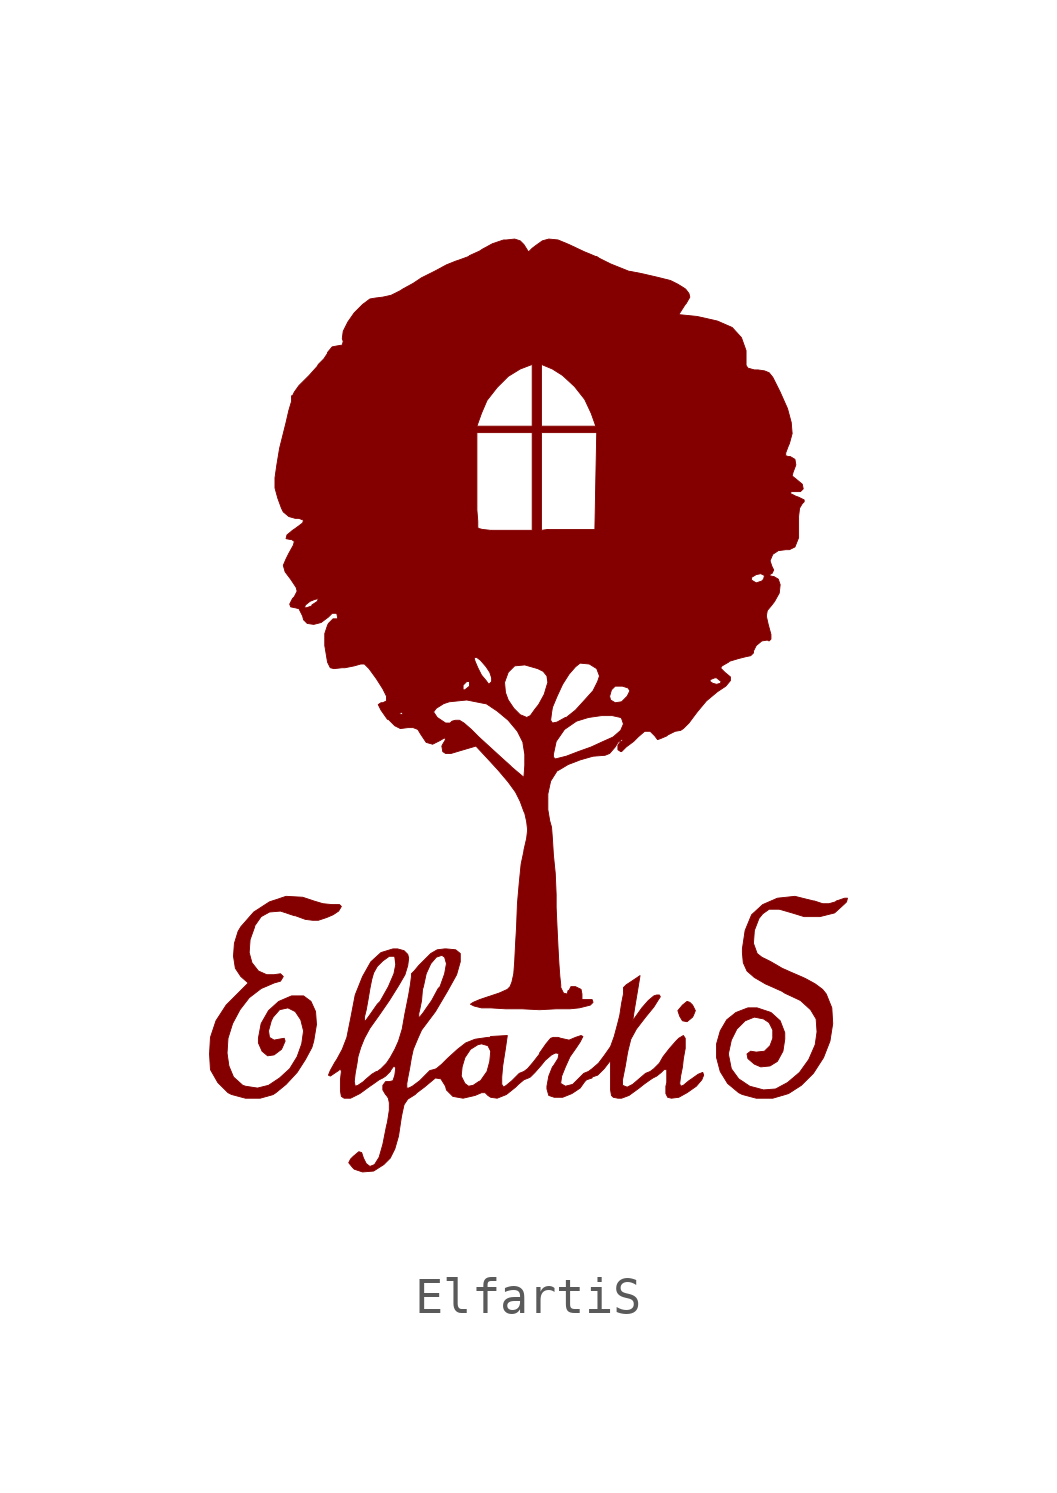
<source format=kicad_sym>
(kicad_symbol_lib
  (version 20220914)
  (generator kicad_symbol_editor)
  (symbol "ElfartiS"
    (pin_names
      (offset 1.016))
    (property "Reference" "Logo"
      (at 0 17.78 0)
      (effects (font (size 1.524 1.524)) hide))
    (property "Footprint" ""
      (at 0 0 0)
      (effects (font (size 1.524 1.524))))
    (property "Datasheet" ""
      (at 0 0 0)
      (effects (font (size 1.524 1.524))))
    (symbol "ElfartiS_0_0"
      (polyline (pts (xy 4.597 -8.407) (xy 4.521 -8.255) (xy 4.445 -8.179) (xy 4.369 -8.153) (xy 4.242 -8.255) (xy 4.115 -8.407) (xy 4.166 -8.56) (xy 4.242 -8.687) (xy 4.369 -8.712) (xy 4.521 -8.585) (xy 4.547 -8.534) (xy 4.597 -8.407) (xy 4.597 -8.407)) (stroke (width 0.025) (type solid)) (fill (type outline)))
      (polyline (pts (xy 8.788 -5.309) (xy 8.712 -5.309) (xy 8.484 -5.385) (xy 8.458 -5.41) (xy 8.28 -5.461) (xy 8.103 -5.461) (xy 7.874 -5.385) (xy 7.849 -5.385) (xy 7.341 -5.258) (xy 6.858 -5.309) (xy 6.452 -5.486) (xy 6.147 -5.766) (xy 5.969 -6.198) (xy 5.893 -6.706) (xy 5.893 -6.807) (xy 5.918 -7.087) (xy 6.02 -7.315) (xy 6.223 -7.493) (xy 6.528 -7.671) (xy 6.985 -7.874) (xy 7.061 -7.925) (xy 7.493 -8.128) (xy 7.772 -8.382) (xy 7.925 -8.636) (xy 7.95 -8.992) (xy 7.899 -9.347) (xy 7.722 -9.754) (xy 7.468 -10.109) (xy 7.137 -10.389) (xy 6.807 -10.566) (xy 6.477 -10.592) (xy 6.096 -10.49) (xy 5.791 -10.287) (xy 5.588 -10.008) (xy 5.512 -9.627) (xy 5.512 -9.576) (xy 5.588 -9.22) (xy 5.74 -8.915) (xy 5.969 -8.687) (xy 6.223 -8.585) (xy 6.477 -8.636) (xy 6.629 -8.738) (xy 6.731 -8.941) (xy 6.731 -9.169) (xy 6.655 -9.373) (xy 6.502 -9.525) (xy 6.274 -9.55) (xy 6.121 -9.525) (xy 6.02 -9.601) (xy 6.045 -9.728) (xy 6.223 -9.881) (xy 6.401 -9.957) (xy 6.655 -9.931) (xy 6.858 -9.804) (xy 7.01 -9.525) (xy 7.061 -9.195) (xy 7.061 -9.017) (xy 6.934 -8.687) (xy 6.68 -8.458) (xy 6.299 -8.331) (xy 6.045 -8.331) (xy 5.715 -8.458) (xy 5.461 -8.661) (xy 5.283 -8.966) (xy 5.182 -9.322) (xy 5.182 -9.703) (xy 5.283 -10.084) (xy 5.486 -10.414) (xy 5.791 -10.668) (xy 5.893 -10.719) (xy 6.274 -10.82) (xy 6.731 -10.82) (xy 7.163 -10.693) (xy 7.518 -10.465) (xy 7.849 -10.135) (xy 8.128 -9.703) (xy 8.306 -9.246) (xy 8.382 -8.763) (xy 8.357 -8.331) (xy 8.204 -7.95) (xy 8.103 -7.823) (xy 7.899 -7.671) (xy 7.62 -7.518) (xy 7.214 -7.341) (xy 6.985 -7.239) (xy 6.68 -7.061) (xy 6.426 -6.934) (xy 6.299 -6.833) (xy 6.198 -6.553) (xy 6.223 -6.198) (xy 6.35 -5.867) (xy 6.452 -5.74) (xy 6.629 -5.613) (xy 6.909 -5.613) (xy 7.264 -5.715) (xy 7.595 -5.817) (xy 8.026 -5.817) (xy 8.433 -5.715) (xy 8.712 -5.461) (xy 8.763 -5.41) (xy 8.788 -5.309) (xy 8.788 -5.309)) (stroke (width 0.025) (type solid)) (fill (type outline)))
      (polyline (pts (xy -5.156 -5.537) (xy -5.207 -5.486) (xy -5.385 -5.486) (xy -5.41 -5.486) (xy -5.664 -5.461) (xy -5.918 -5.385) (xy -6.223 -5.283) (xy -6.68 -5.258) (xy -7.137 -5.41) (xy -7.569 -5.69) (xy -7.925 -6.096) (xy -8.001 -6.223) (xy -8.103 -6.553) (xy -8.128 -6.909) (xy -8.077 -7.239) (xy -7.925 -7.468) (xy -7.722 -7.645) (xy -8.153 -8.077) (xy -8.331 -8.255) (xy -8.611 -8.687) (xy -8.763 -9.144) (xy -8.788 -9.601) (xy -8.763 -10.033) (xy -8.56 -10.389) (xy -8.28 -10.668) (xy -8.179 -10.719) (xy -7.798 -10.82) (xy -7.391 -10.82) (xy -7.036 -10.719) (xy -6.96 -10.668) (xy -6.68 -10.439) (xy -6.375 -10.109) (xy -6.147 -9.754) (xy -5.969 -9.423) (xy -5.918 -9.246) (xy -5.842 -8.788) (xy -5.867 -8.433) (xy -5.994 -8.153) (xy -6.198 -8.001) (xy -6.502 -8.001) (xy -6.528 -8.001) (xy -6.883 -8.153) (xy -7.163 -8.407) (xy -7.366 -8.763) (xy -7.442 -9.169) (xy -7.442 -9.296) (xy -7.341 -9.525) (xy -7.188 -9.652) (xy -7.01 -9.627) (xy -6.807 -9.474) (xy -6.782 -9.423) (xy -6.706 -9.246) (xy -6.731 -9.169) (xy -6.883 -9.195) (xy -7.01 -9.22) (xy -7.137 -9.144) (xy -7.163 -8.966) (xy -7.087 -8.687) (xy -7.036 -8.585) (xy -6.858 -8.382) (xy -6.629 -8.331) (xy -6.426 -8.433) (xy -6.274 -8.661) (xy -6.198 -8.966) (xy -6.248 -9.322) (xy -6.375 -9.677) (xy -6.579 -10.008) (xy -6.858 -10.262) (xy -7.163 -10.465) (xy -7.468 -10.541) (xy -7.798 -10.49) (xy -7.874 -10.465) (xy -8.128 -10.236) (xy -8.255 -9.931) (xy -8.306 -9.576) (xy -8.28 -9.169) (xy -8.153 -8.763) (xy -7.95 -8.382) (xy -7.696 -8.052) (xy -7.366 -7.798) (xy -7.01 -7.645) (xy -6.833 -7.595) (xy -6.756 -7.468) (xy -6.782 -7.442) (xy -6.833 -7.391) (xy -7.01 -7.417) (xy -7.214 -7.417) (xy -7.442 -7.315) (xy -7.62 -7.087) (xy -7.696 -6.807) (xy -7.671 -6.452) (xy -7.544 -6.096) (xy -7.544 -6.071) (xy -7.366 -5.817) (xy -7.137 -5.69) (xy -6.833 -5.664) (xy -6.452 -5.791) (xy -6.426 -5.791) (xy -6.147 -5.893) (xy -5.944 -5.918) (xy -5.791 -5.918) (xy -5.563 -5.842) (xy -5.385 -5.766) (xy -5.232 -5.664) (xy -5.156 -5.537) (xy -5.156 -5.537)) (stroke (width 0.025) (type solid)) (fill (type outline)))
      (polyline (pts (xy 4.826 -10.185) (xy 4.801 -10.109) (xy 4.674 -10.16) (xy 4.496 -10.287) (xy 4.42 -10.338) (xy 4.267 -10.465) (xy 4.191 -10.49) (xy 4.166 -10.414) (xy 4.191 -10.211) (xy 4.242 -9.957) (xy 4.267 -9.728) (xy 4.318 -9.449) (xy 4.318 -9.246) (xy 4.318 -9.169) (xy 4.267 -9.093) (xy 4.14 -9.169) (xy 4.064 -9.246) (xy 3.886 -9.449) (xy 3.708 -9.677) (xy 3.607 -9.855) (xy 3.454 -10.008) (xy 3.353 -10.084) (xy 3.226 -10.135) (xy 3.048 -10.287) (xy 2.87 -10.439) (xy 2.718 -10.516) (xy 2.591 -10.465) (xy 2.591 -10.312) (xy 2.616 -10.185) (xy 2.667 -9.931) (xy 2.718 -9.627) (xy 2.743 -9.5) (xy 2.819 -9.195) (xy 2.972 -8.915) (xy 3.226 -8.585) (xy 3.454 -8.306) (xy 3.581 -8.103) (xy 3.632 -8.026) (xy 3.607 -7.976) (xy 3.531 -7.976) (xy 3.454 -8.001) (xy 3.302 -8.128) (xy 3.124 -8.331) (xy 2.87 -8.687) (xy 2.921 -8.357) (xy 2.972 -8.052) (xy 3.023 -7.747) (xy 3.073 -7.442) (xy 2.845 -7.595) (xy 2.692 -7.696) (xy 2.616 -7.772) (xy 2.616 -7.798) (xy 2.616 -7.95) (xy 2.565 -8.204) (xy 2.515 -8.534) (xy 2.464 -8.738) (xy 2.362 -9.119) (xy 2.261 -9.398) (xy 2.083 -9.652) (xy 1.93 -9.855) (xy 1.753 -10.008) (xy 1.651 -10.084) (xy 1.524 -10.135) (xy 1.372 -10.287) (xy 1.219 -10.439) (xy 1.016 -10.49) (xy 0.889 -10.414) (xy 0.889 -10.389) (xy 0.914 -10.211) (xy 1.016 -9.957) (xy 1.143 -9.677) (xy 1.321 -9.423) (xy 1.422 -9.271) (xy 1.499 -9.119) (xy 1.448 -9.093) (xy 1.295 -9.144) (xy 1.118 -9.22) (xy 0.889 -9.169) (xy 0.813 -9.144) (xy 0.686 -9.144) (xy 0.61 -9.169) (xy 0.483 -9.322) (xy 0.305 -9.576) (xy 0.305 -9.601) (xy 0.127 -9.83) (xy -0.025 -10.008) (xy -0.127 -10.084) (xy -0.254 -10.135) (xy -0.406 -10.287) (xy -0.457 -10.338) (xy -0.61 -10.465) (xy -0.686 -10.516) (xy -0.737 -10.439) (xy -0.737 -10.236) (xy -0.711 -9.931) (xy -0.635 -9.449) (xy -0.584 -9.093) (xy -1.041 -9.119) (xy -1.041 -9.525) (xy -1.067 -9.804) (xy -1.143 -10.084) (xy -1.321 -10.338) (xy -1.372 -10.363) (xy -1.524 -10.465) (xy -1.651 -10.49) (xy -1.753 -10.414) (xy -1.854 -10.211) (xy -1.829 -9.957) (xy -1.753 -9.703) (xy -1.6 -9.474) (xy -1.397 -9.347) (xy -1.295 -9.322) (xy -1.118 -9.373) (xy -1.041 -9.525) (xy -1.041 -9.119) (xy -1.067 -9.144) (xy -1.118 -9.144) (xy -1.473 -9.195) (xy -1.727 -9.296) (xy -1.956 -9.474) (xy -2.235 -9.728) (xy -2.388 -9.881) (xy -2.54 -10.008) (xy -2.616 -10.033) (xy -2.718 -10.058) (xy -2.845 -10.185) (xy -2.997 -10.338) (xy -3.2 -10.49) (xy -3.302 -10.541) (xy -3.353 -10.541) (xy -3.353 -10.414) (xy -3.327 -10.262) (xy -3.277 -10.008) (xy -3.226 -9.703) (xy -3.175 -9.474) (xy -3.048 -9.169) (xy -2.946 -8.941) (xy -2.565 -8.433) (xy -2.235 -7.874) (xy -1.981 -7.417) (xy -1.88 -7.061) (xy -1.88 -6.833) (xy -2.007 -6.731) (xy -2.261 -6.706) (xy -2.261 -7.112) (xy -2.311 -7.391) (xy -2.438 -7.747) (xy -2.489 -7.798) (xy -2.667 -8.128) (xy -2.845 -8.382) (xy -2.896 -8.458) (xy -2.997 -8.585) (xy -3.023 -8.585) (xy -3.023 -8.484) (xy -2.997 -8.382) (xy -2.946 -8.128) (xy -2.921 -7.823) (xy -2.896 -7.747) (xy -2.819 -7.391) (xy -2.692 -7.112) (xy -2.54 -6.934) (xy -2.388 -6.883) (xy -2.311 -6.934) (xy -2.261 -7.112) (xy -2.261 -6.706) (xy -2.311 -6.706) (xy -2.515 -6.731) (xy -2.692 -6.833) (xy -2.896 -7.036) (xy -3.023 -7.163) (xy -3.15 -7.315) (xy -3.226 -7.391) (xy -3.226 -7.468) (xy -3.251 -7.671) (xy -3.302 -7.976) (xy -3.378 -8.357) (xy -3.404 -8.484) (xy -3.48 -8.915) (xy -3.581 -9.246) (xy -3.683 -9.474) (xy -3.81 -9.703) (xy -3.912 -9.855) (xy -4.064 -10.008) (xy -4.166 -10.084) (xy -4.191 -10.084) (xy -4.318 -10.16) (xy -4.496 -10.312) (xy -4.547 -10.363) (xy -4.699 -10.465) (xy -4.775 -10.49) (xy -4.801 -10.363) (xy -4.775 -10.135) (xy -4.724 -9.855) (xy -4.699 -9.677) (xy -4.623 -9.423) (xy -4.521 -9.169) (xy -4.369 -8.89) (xy -4.115 -8.534) (xy -3.835 -8.128) (xy -3.581 -7.722) (xy -3.404 -7.417) (xy -3.327 -7.163) (xy -3.302 -6.96) (xy -3.327 -6.858) (xy -3.429 -6.756) (xy -3.607 -6.706) (xy -3.658 -6.706) (xy -3.658 -7.137) (xy -3.708 -7.391) (xy -3.861 -7.747) (xy -4.089 -8.153) (xy -4.166 -8.23) (xy -4.343 -8.484) (xy -4.47 -8.661) (xy -4.521 -8.712) (xy -4.521 -8.585) (xy -4.47 -8.382) (xy -4.42 -8.103) (xy -4.369 -7.798) (xy -4.318 -7.544) (xy -4.267 -7.366) (xy -4.166 -7.188) (xy -4.013 -7.036) (xy -3.835 -6.909) (xy -3.708 -6.909) (xy -3.683 -6.934) (xy -3.658 -7.137) (xy -3.658 -6.706) (xy -3.734 -6.706) (xy -4.064 -6.807) (xy -4.343 -7.061) (xy -4.572 -7.468) (xy -4.775 -7.976) (xy -4.902 -8.636) (xy -4.928 -8.763) (xy -5.004 -9.144) (xy -5.131 -9.474) (xy -5.283 -9.754) (xy -5.334 -9.83) (xy -5.461 -10.058) (xy -5.512 -10.185) (xy -5.461 -10.211) (xy -5.309 -10.109) (xy -5.232 -10.058) (xy -5.182 -10.008) (xy -5.156 -10.084) (xy -5.182 -10.312) (xy -5.182 -10.389) (xy -5.182 -10.617) (xy -5.156 -10.77) (xy -5.08 -10.82) (xy -4.902 -10.82) (xy -4.648 -10.693) (xy -4.369 -10.49) (xy -4.293 -10.439) (xy -4.115 -10.312) (xy -4.013 -10.262) (xy -3.937 -10.211) (xy -3.81 -10.084) (xy -3.785 -10.033) (xy -3.708 -9.931) (xy -3.658 -9.982) (xy -3.683 -10.185) (xy -3.734 -10.338) (xy -3.835 -10.363) (xy -3.937 -10.363) (xy -4.013 -10.465) (xy -4.013 -10.592) (xy -3.937 -10.719) (xy -3.912 -10.744) (xy -3.861 -10.82) (xy -3.835 -10.947) (xy -3.835 -11.151) (xy -3.886 -11.481) (xy -3.912 -11.582) (xy -4.013 -12.09) (xy -4.115 -12.446) (xy -4.242 -12.649) (xy -4.369 -12.7) (xy -4.47 -12.624) (xy -4.547 -12.471) (xy -4.597 -12.319) (xy -4.674 -12.294) (xy -4.826 -12.421) (xy -4.902 -12.497) (xy -4.953 -12.598) (xy -4.851 -12.725) (xy -4.801 -12.776) (xy -4.572 -12.852) (xy -4.267 -12.827) (xy -3.988 -12.649) (xy -3.81 -12.471) (xy -3.683 -12.217) (xy -3.581 -11.862) (xy -3.505 -11.354) (xy -3.48 -11.227) (xy -3.429 -10.998) (xy -3.327 -10.846) (xy -3.124 -10.719) (xy -3.073 -10.668) (xy -2.87 -10.516) (xy -2.718 -10.389) (xy -2.565 -10.262) (xy -2.413 -10.287) (xy -2.286 -10.49) (xy -2.261 -10.592) (xy -2.083 -10.77) (xy -1.803 -10.82) (xy -1.473 -10.744) (xy -1.295 -10.668) (xy -1.194 -10.668) (xy -1.118 -10.744) (xy -1.041 -10.795) (xy -0.864 -10.82) (xy -0.61 -10.719) (xy -0.356 -10.516) (xy -0.279 -10.439) (xy -0.127 -10.312) (xy 0 -10.262) (xy 0.051 -10.236) (xy 0.178 -10.109) (xy 0.356 -9.906) (xy 0.457 -9.779) (xy 0.635 -9.627) (xy 0.737 -9.576) (xy 0.787 -9.576) (xy 0.838 -9.601) (xy 0.813 -9.728) (xy 0.686 -9.931) (xy 0.66 -9.957) (xy 0.559 -10.211) (xy 0.508 -10.49) (xy 0.508 -10.566) (xy 0.559 -10.744) (xy 0.711 -10.795) (xy 0.94 -10.795) (xy 1.194 -10.693) (xy 1.422 -10.541) (xy 1.549 -10.363) (xy 1.6 -10.312) (xy 1.753 -10.262) (xy 1.753 -10.236) (xy 1.905 -10.185) (xy 2.083 -10.008) (xy 2.261 -9.779) (xy 2.261 -10.287) (xy 2.261 -10.312) (xy 2.261 -10.592) (xy 2.286 -10.744) (xy 2.337 -10.795) (xy 2.464 -10.82) (xy 2.565 -10.82) (xy 2.769 -10.744) (xy 3.048 -10.541) (xy 3.175 -10.439) (xy 3.353 -10.312) (xy 3.429 -10.262) (xy 3.531 -10.211) (xy 3.658 -10.109) (xy 3.734 -10.033) (xy 3.81 -10.033) (xy 3.81 -10.135) (xy 3.81 -10.389) (xy 3.785 -10.49) (xy 3.785 -10.693) (xy 3.835 -10.795) (xy 3.937 -10.82) (xy 4.14 -10.795) (xy 4.369 -10.668) (xy 4.623 -10.49) (xy 4.775 -10.312) (xy 4.826 -10.185) (xy 4.826 -10.185)) (stroke (width 0.025) (type solid)) (fill (type outline)))
      (polyline (pts (xy 7.595 5.664) (xy 7.442 5.74) (xy 7.366 5.766) (xy 7.214 5.842) (xy 7.239 5.893) (xy 7.391 5.893) (xy 7.493 5.893) (xy 7.569 5.969) (xy 7.544 6.096) (xy 7.391 6.223) (xy 7.264 6.325) (xy 7.29 6.426) (xy 7.366 6.629) (xy 7.341 6.782) (xy 7.214 6.858) (xy 7.163 6.858) (xy 7.087 6.883) (xy 7.087 6.96) (xy 7.163 7.163) (xy 7.188 7.214) (xy 7.264 7.493) (xy 7.239 7.798) (xy 7.137 8.179) (xy 6.934 8.636) (xy 6.833 8.839) (xy 6.731 9.042) (xy 6.629 9.169) (xy 6.502 9.22) (xy 6.502 3.581) (xy 6.477 3.48) (xy 6.426 3.429) (xy 6.274 3.378) (xy 6.147 3.454) (xy 6.147 3.531) (xy 6.274 3.607) (xy 6.401 3.632) (xy 6.502 3.581) (xy 6.502 9.22) (xy 6.325 9.246) (xy 6.223 9.246) (xy 6.045 9.296) (xy 5.994 9.373) (xy 5.994 9.55) (xy 5.994 9.779) (xy 5.867 10.135) (xy 5.613 10.414) (xy 5.207 10.592) (xy 4.648 10.719) (xy 4.14 10.77) (xy 4.318 11.049) (xy 4.343 11.074) (xy 4.445 11.252) (xy 4.42 11.354) (xy 4.343 11.455) (xy 4.318 11.481) (xy 4.115 11.608) (xy 3.912 11.709) (xy 3.607 11.786) (xy 3.175 11.887) (xy 2.794 11.963) (xy 2.794 0.406) (xy 2.718 0.254) (xy 2.692 0.229) (xy 2.616 0.152) (xy 2.616 -0.508) (xy 2.54 -0.686) (xy 2.337 -0.864) (xy 2.286 -0.889) (xy 2.057 -0.991) (xy 1.727 -1.143) (xy 1.372 -1.27) (xy 1.041 -1.397) (xy 0.838 -1.448) (xy 0.737 -1.473) (xy 0.686 -1.422) (xy 0.686 -1.346) (xy 0.762 -0.991) (xy 0.991 -0.66) (xy 1.321 -0.432) (xy 1.651 -0.33) (xy 2.007 -0.279) (xy 2.311 -0.279) (xy 2.54 -0.33) (xy 2.565 -0.356) (xy 2.616 -0.508) (xy 2.616 0.152) (xy 2.565 0.102) (xy 2.388 0.076) (xy 2.261 0.152) (xy 2.235 0.254) (xy 2.286 0.432) (xy 2.388 0.533) (xy 2.565 0.533) (xy 2.591 0.533) (xy 2.743 0.483) (xy 2.794 0.406) (xy 2.794 11.963) (xy 2.769 11.963) (xy 2.261 12.167) (xy 1.956 12.319) (xy 1.956 0.813) (xy 1.905 0.66) (xy 1.778 0.406) (xy 1.549 0.152) (xy 1.295 -0.127) (xy 1.041 -0.33) (xy 1.016 -0.33) (xy 0.787 -0.457) (xy 0.66 -0.483) (xy 0.61 -0.406) (xy 0.635 -0.203) (xy 0.66 -0.051) (xy 0.787 0.254) (xy 0.94 0.584) (xy 1.118 0.864) (xy 1.295 1.067) (xy 1.422 1.168) (xy 1.676 1.143) (xy 1.88 1.016) (xy 1.956 0.813) (xy 1.956 12.319) (xy 1.88 12.37) (xy 1.88 7.518) (xy 1.854 6.198) (xy 1.829 4.851) (xy 1.092 4.851) (xy 0.533 4.851) (xy 0.533 0.635) (xy 0.508 0.559) (xy 0.432 0.305) (xy 0.279 0.025) (xy 0.178 -0.102) (xy 0.051 -0.279) (xy -0.051 -0.33) (xy -0.102 -0.305) (xy -0.102 -1.346) (xy -0.102 -1.651) (xy -0.127 -1.981) (xy -0.457 -1.702) (xy -0.508 -1.651) (xy -0.762 -1.422) (xy -1.067 -1.143) (xy -1.372 -0.864) (xy -1.575 -0.66) (xy -1.778 -0.483) (xy -1.905 -0.406) (xy -2.007 -0.406) (xy -2.108 -0.432) (xy -2.159 -0.483) (xy -2.286 -0.483) (xy -2.438 -0.381) (xy -2.515 -0.33) (xy -2.616 -0.178) (xy -2.54 -0.076) (xy -2.337 0.051) (xy -2.184 0.102) (xy -1.702 0.152) (xy -1.194 0.051) (xy -1.168 0.051) (xy -0.864 -0.152) (xy -0.559 -0.406) (xy -0.305 -0.711) (xy -0.152 -1.016) (xy -0.152 -1.041) (xy -0.102 -1.346) (xy -0.102 -0.305) (xy -0.229 -0.254) (xy -0.406 -0.076) (xy -0.559 0.152) (xy -0.635 0.356) (xy -0.66 0.635) (xy -0.559 0.914) (xy -0.381 1.092) (xy -0.102 1.118) (xy 0.254 1.016) (xy 0.406 0.94) (xy 0.508 0.813) (xy 0.533 0.635) (xy 0.533 4.851) (xy 0.356 4.826) (xy 0.356 6.172) (xy 0.356 7.518) (xy 1.118 7.518) (xy 1.88 7.518) (xy 1.88 12.37) (xy 1.854 12.37) (xy 1.854 7.696) (xy 1.092 7.696) (xy 0.356 7.696) (xy 0.356 8.56) (xy 0.356 9.398) (xy 0.66 9.271) (xy 0.94 9.093) (xy 1.27 8.788) (xy 1.549 8.433) (xy 1.727 8.052) (xy 1.854 7.696) (xy 1.854 12.37) (xy 1.676 12.446) (xy 1.549 12.497) (xy 1.118 12.7) (xy 0.813 12.827) (xy 0.559 12.852) (xy 0.381 12.802) (xy 0.203 12.675) (xy 0.102 12.598) (xy 0.102 9.398) (xy 0.102 8.56) (xy 0.102 7.696) (xy 0.102 7.518) (xy 0.102 6.172) (xy 0.102 4.826) (xy -0.61 4.826) (xy -0.737 4.826) (xy -1.016 4.826) (xy -1.016 0.762) (xy -1.016 0.66) (xy -1.092 0.584) (xy -1.168 0.686) (xy -1.295 0.838) (xy -1.397 1.041) (xy -1.473 1.219) (xy -1.499 1.321) (xy -1.422 1.321) (xy -1.321 1.245) (xy -1.168 1.067) (xy -1.067 0.914) (xy -1.016 0.762) (xy -1.016 4.826) (xy -1.041 4.826) (xy -1.27 4.851) (xy -1.372 4.877) (xy -1.397 4.902) (xy -1.397 5.08) (xy -1.422 5.385) (xy -1.422 5.791) (xy -1.422 6.223) (xy -1.422 7.518) (xy -0.66 7.518) (xy 0.102 7.518) (xy 0.102 7.696) (xy -0.66 7.696) (xy -1.422 7.696) (xy -1.295 8.052) (xy -1.143 8.407) (xy -0.864 8.763) (xy -0.559 9.068) (xy -0.229 9.271) (xy 0.102 9.398) (xy 0.102 12.598) (xy 0 12.497) (xy -0.127 12.7) (xy -0.229 12.802) (xy -0.381 12.852) (xy -0.61 12.827) (xy -0.686 12.827) (xy -0.991 12.725) (xy -1.27 12.573) (xy -1.346 12.522) (xy -1.626 12.395) (xy -1.626 0.66) (xy -1.626 0.584) (xy -1.626 0.533) (xy -1.753 0.432) (xy -1.803 0.432) (xy -1.803 0.533) (xy -1.803 0.559) (xy -1.702 0.66) (xy -1.626 0.66) (xy -1.626 12.395) (xy -1.651 12.37) (xy -1.93 12.268) (xy -2.007 12.243) (xy -2.261 12.141) (xy -2.591 11.963) (xy -2.946 11.786) (xy -3.175 11.633) (xy -3.454 11.481) (xy -3.454 -0.229) (xy -3.505 -0.254) (xy -3.556 -0.229) (xy -3.505 -0.178) (xy -3.454 -0.229) (xy -3.454 11.481) (xy -3.531 11.43) (xy -3.785 11.303) (xy -4.013 11.252) (xy -4.216 11.227) (xy -4.369 11.201) (xy -4.572 11.049) (xy -4.801 10.82) (xy -4.978 10.566) (xy -5.105 10.312) (xy -5.131 10.109) (xy -5.105 10.033) (xy -5.131 9.931) (xy -5.283 9.906) (xy -5.41 9.881) (xy -5.537 9.728) (xy -5.537 9.703) (xy -5.639 9.55) (xy -5.791 9.398) (xy -5.791 2.946) (xy -5.817 2.87) (xy -5.969 2.769) (xy -5.969 2.743) (xy -6.121 2.692) (xy -6.172 2.692) (xy -6.147 2.769) (xy -6.02 2.87) (xy -5.893 2.921) (xy -5.791 2.946) (xy -5.791 9.398) (xy -5.817 9.347) (xy -6.045 9.093) (xy -6.096 9.042) (xy -6.325 8.814) (xy -6.452 8.636) (xy -6.502 8.534) (xy -6.528 8.534) (xy -6.528 8.382) (xy -6.604 8.128) (xy -6.68 7.798) (xy -6.782 7.391) (xy -6.858 7.087) (xy -6.934 6.629) (xy -6.985 6.274) (xy -6.985 5.994) (xy -6.909 5.715) (xy -6.807 5.436) (xy -6.756 5.334) (xy -6.604 5.207) (xy -6.426 5.156) (xy -6.325 5.156) (xy -6.198 5.105) (xy -6.223 5.029) (xy -6.426 4.877) (xy -6.502 4.826) (xy -6.655 4.699) (xy -6.68 4.597) (xy -6.553 4.572) (xy -6.528 4.572) (xy -6.452 4.521) (xy -6.477 4.42) (xy -6.604 4.191) (xy -6.68 4.039) (xy -6.756 3.861) (xy -6.706 3.683) (xy -6.553 3.48) (xy -6.502 3.404) (xy -6.401 3.251) (xy -6.375 3.15) (xy -6.452 2.997) (xy -6.502 2.946) (xy -6.579 2.794) (xy -6.553 2.718) (xy -6.426 2.692) (xy -6.325 2.667) (xy -6.223 2.464) (xy -6.198 2.362) (xy -6.096 2.261) (xy -5.918 2.235) (xy -5.715 2.286) (xy -5.512 2.438) (xy -5.41 2.54) (xy -5.283 2.54) (xy -5.258 2.413) (xy -5.258 2.388) (xy -5.309 2.388) (xy -5.385 2.388) (xy -5.512 2.261) (xy -5.537 2.21) (xy -5.613 1.981) (xy -5.613 1.651) (xy -5.537 1.194) (xy -5.512 1.143) (xy -5.461 1.041) (xy -5.359 1.016) (xy -5.131 1.041) (xy -5.055 1.041) (xy -4.801 1.092) (xy -4.623 1.143) (xy -4.521 1.143) (xy -4.394 1.016) (xy -4.191 0.737) (xy -4.013 0.457) (xy -3.912 0.254) (xy -3.912 0.127) (xy -4.013 0.076) (xy -4.064 0.076) (xy -4.14 0.025) (xy -4.064 -0.127) (xy -3.886 -0.381) (xy -3.861 -0.381) (xy -3.683 -0.559) (xy -3.531 -0.635) (xy -3.327 -0.61) (xy -3.175 -0.61) (xy -3.048 -0.66) (xy -2.972 -0.787) (xy -2.819 -1.016) (xy -2.642 -1.067) (xy -2.438 -0.965) (xy -2.311 -0.889) (xy -2.286 -0.94) (xy -2.362 -1.067) (xy -2.388 -1.118) (xy -2.362 -1.27) (xy -2.286 -1.321) (xy -2.134 -1.321) (xy -1.88 -1.245) (xy -1.448 -1.118) (xy -1.118 -1.473) (xy -0.838 -1.778) (xy -0.559 -2.108) (xy -0.356 -2.388) (xy -0.229 -2.642) (xy -0.127 -2.921) (xy -0.102 -2.972) (xy -0.051 -3.2) (xy -0.025 -3.429) (xy -0.051 -3.658) (xy -0.127 -3.988) (xy -0.127 -4.013) (xy -0.203 -4.369) (xy -0.254 -4.877) (xy -0.305 -5.461) (xy -0.33 -6.121) (xy -0.356 -6.553) (xy -0.381 -7.061) (xy -0.406 -7.391) (xy -0.457 -7.62) (xy -0.508 -7.747) (xy -0.584 -7.823) (xy -0.813 -7.925) (xy -1.118 -8.026) (xy -1.346 -8.103) (xy -1.524 -8.179) (xy -1.6 -8.23) (xy -1.499 -8.28) (xy -1.295 -8.331) (xy -1.041 -8.331) (xy -0.635 -8.357) (xy -0.178 -8.357) (xy 0.305 -8.382) (xy 0.762 -8.357) (xy 1.143 -8.357) (xy 1.397 -8.331) (xy 1.499 -8.306) (xy 1.702 -8.255) (xy 1.778 -8.179) (xy 1.753 -8.103) (xy 1.6 -8.103) (xy 1.575 -8.103) (xy 1.473 -8.103) (xy 1.473 -7.95) (xy 1.448 -7.823) (xy 1.295 -7.747) (xy 1.168 -7.747) (xy 1.118 -7.849) (xy 1.092 -7.849) (xy 1.067 -7.95) (xy 0.965 -7.925) (xy 0.889 -7.772) (xy 0.889 -7.696) (xy 0.864 -7.468) (xy 0.838 -7.112) (xy 0.813 -6.655) (xy 0.787 -6.121) (xy 0.762 -5.563) (xy 0.762 -5.207) (xy 0.737 -4.623) (xy 0.686 -4.115) (xy 0.66 -3.683) (xy 0.635 -3.353) (xy 0.584 -3.175) (xy 0.533 -2.87) (xy 0.533 -2.438) (xy 0.61 -2.083) (xy 0.787 -1.803) (xy 0.838 -1.778) (xy 1.092 -1.626) (xy 1.422 -1.499) (xy 1.778 -1.397) (xy 2.108 -1.372) (xy 2.235 -1.321) (xy 2.388 -1.143) (xy 2.464 -1.016) (xy 2.565 -0.94) (xy 2.616 -0.965) (xy 2.565 -0.991) (xy 2.54 -0.991) (xy 2.464 -1.092) (xy 2.464 -1.219) (xy 2.54 -1.27) (xy 2.565 -1.27) (xy 2.692 -1.143) (xy 2.896 -0.991) (xy 3.023 -0.864) (xy 3.2 -0.711) (xy 3.353 -0.711) (xy 3.48 -0.838) (xy 3.556 -0.94) (xy 3.632 -0.914) (xy 3.81 -0.838) (xy 3.835 -0.813) (xy 4.039 -0.711) (xy 4.191 -0.686) (xy 4.267 -0.635) (xy 4.42 -0.483) (xy 4.572 -0.279) (xy 4.648 -0.178) (xy 4.902 0.127) (xy 5.207 0.381) (xy 5.436 0.533) (xy 5.563 0.686) (xy 5.563 0.787) (xy 5.41 0.914) (xy 5.359 0.965) (xy 5.309 1.016) (xy 5.309 0.66) (xy 5.283 0.61) (xy 5.182 0.584) (xy 5.08 0.61) (xy 5.004 0.66) (xy 5.004 0.711) (xy 5.131 0.762) (xy 5.182 0.762) (xy 5.309 0.66) (xy 5.309 1.016) (xy 5.283 1.016) (xy 5.334 1.092) (xy 5.512 1.194) (xy 5.537 1.219) (xy 5.791 1.295) (xy 5.994 1.346) (xy 6.121 1.372) (xy 6.198 1.448) (xy 6.198 1.499) (xy 6.274 1.651) (xy 6.426 1.778) (xy 6.579 1.803) (xy 6.629 1.778) (xy 6.68 1.829) (xy 6.68 1.956) (xy 6.604 2.235) (xy 6.553 2.464) (xy 6.579 2.616) (xy 6.706 2.769) (xy 6.782 2.87) (xy 6.909 3.099) (xy 6.934 3.327) (xy 6.883 3.48) (xy 6.756 3.556) (xy 6.731 3.556) (xy 6.629 3.581) (xy 6.68 3.632) (xy 6.706 3.632) (xy 6.756 3.734) (xy 6.706 3.835) (xy 6.655 3.988) (xy 6.731 4.166) (xy 6.883 4.267) (xy 7.087 4.293) (xy 7.188 4.293) (xy 7.341 4.369) (xy 7.442 4.623) (xy 7.442 5.029) (xy 7.442 5.207) (xy 7.468 5.436) (xy 7.544 5.563) (xy 7.595 5.613) (xy 7.595 5.664) (xy 7.595 5.664)) (stroke (width 0.025) (type solid)) (fill (type outline))))))
</source>
